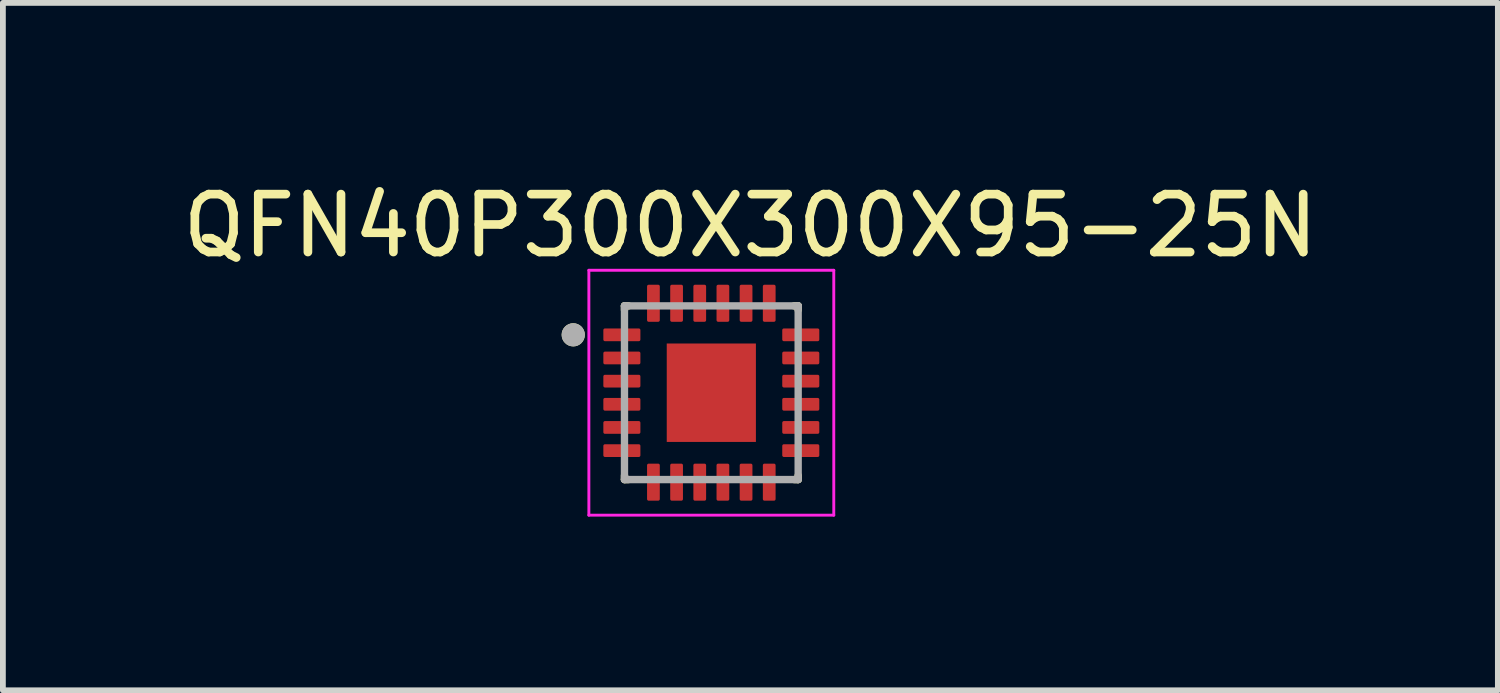
<source format=kicad_pcb>
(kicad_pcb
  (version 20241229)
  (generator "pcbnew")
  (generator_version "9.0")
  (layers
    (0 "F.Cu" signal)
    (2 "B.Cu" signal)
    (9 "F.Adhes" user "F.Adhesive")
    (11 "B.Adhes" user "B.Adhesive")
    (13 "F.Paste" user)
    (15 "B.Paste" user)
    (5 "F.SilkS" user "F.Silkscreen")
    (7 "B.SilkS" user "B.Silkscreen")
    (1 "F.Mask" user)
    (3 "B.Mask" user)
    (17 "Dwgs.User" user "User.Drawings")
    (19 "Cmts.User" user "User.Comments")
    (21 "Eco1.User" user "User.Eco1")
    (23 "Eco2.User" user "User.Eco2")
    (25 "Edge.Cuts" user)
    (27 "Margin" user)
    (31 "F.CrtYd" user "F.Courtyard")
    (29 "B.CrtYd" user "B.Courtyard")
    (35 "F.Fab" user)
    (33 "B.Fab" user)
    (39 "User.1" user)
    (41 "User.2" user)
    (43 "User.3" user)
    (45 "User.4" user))
  (footprint "QFN40P300X300X95-25N"
    (layer "F.Cu")
    (at 9.236 3.733)
    (property "Reference" "QFN40P300X300X95-25N" (at 0.675 -2.885 0) (layer "F.SilkS") (effects (font (size 1 1) (thickness 0.15))))
    (attr smd)
    (fp_line (start -1.5 -1.5) (end -1.5 -1.43) (stroke (width 0.127) (type solid)) (layer "F.SilkS"))
    (fp_line (start -1.5 -1.5) (end -1.43 -1.5) (stroke (width 0.127) (type solid)) (layer "F.SilkS"))
    (fp_line (start -1.5 1.5) (end -1.5 1.43) (stroke (width 0.127) (type solid)) (layer "F.SilkS"))
    (fp_line (start -1.5 1.5) (end -1.43 1.5) (stroke (width 0.127) (type solid)) (layer "F.SilkS"))
    (fp_line (start 1.5 -1.5) (end 1.43 -1.5) (stroke (width 0.127) (type solid)) (layer "F.SilkS"))
    (fp_line (start 1.5 -1.5) (end 1.5 -1.43) (stroke (width 0.127) (type solid)) (layer "F.SilkS"))
    (fp_line (start 1.5 1.5) (end 1.43 1.5) (stroke (width 0.127) (type solid)) (layer "F.SilkS"))
    (fp_line (start 1.5 1.5) (end 1.5 1.43) (stroke (width 0.127) (type solid)) (layer "F.SilkS"))
    (fp_circle (center -2.385 -1) (end -2.285 -1) (stroke (width 0.2) (type solid)) (fill no) (layer "F.SilkS"))
    (fp_poly (pts (xy -0.485 -0.54) (xy 0.485 -0.54) (xy 0.485 0.54) (xy -0.485 0.54)) (stroke (width 0.01) (type solid)) (fill yes) (layer "F.Paste"))
    (fp_line (start -2.115 -2.115) (end 2.115 -2.115) (stroke (width 0.05) (type solid)) (layer "F.CrtYd"))
    (fp_line (start -2.115 2.115) (end -2.115 -2.115) (stroke (width 0.05) (type solid)) (layer "F.CrtYd"))
    (fp_line (start -2.115 2.115) (end 2.115 2.115) (stroke (width 0.05) (type solid)) (layer "F.CrtYd"))
    (fp_line (start 2.115 2.115) (end 2.115 -2.115) (stroke (width 0.05) (type solid)) (layer "F.CrtYd"))
    (fp_line (start -1.5 1.5) (end -1.5 -1.5) (stroke (width 0.127) (type solid)) (layer "F.Fab"))
    (fp_line (start 1.5 -1.5) (end -1.5 -1.5) (stroke (width 0.127) (type solid)) (layer "F.Fab"))
    (fp_line (start 1.5 1.5) (end -1.5 1.5) (stroke (width 0.127) (type solid)) (layer "F.Fab"))
    (fp_line (start 1.5 1.5) (end 1.5 -1.5) (stroke (width 0.127) (type solid)) (layer "F.Fab"))
    (fp_circle (center -2.385 -1) (end -2.285 -1) (stroke (width 0.2) (type solid)) (fill no) (layer "F.Fab"))
    (pad "1" smd roundrect (at -1.545 -1) (size 0.64 0.22) (layers "F.Cu" "F.Mask" "F.Paste") (roundrect_rratio 0.125))
    (pad "2" smd roundrect (at -1.545 -0.6) (size 0.64 0.22) (layers "F.Cu" "F.Mask" "F.Paste") (roundrect_rratio 0.125))
    (pad "3" smd roundrect (at -1.545 -0.2) (size 0.64 0.22) (layers "F.Cu" "F.Mask" "F.Paste") (roundrect_rratio 0.125))
    (pad "4" smd roundrect (at -1.545 0.2) (size 0.64 0.22) (layers "F.Cu" "F.Mask" "F.Paste") (roundrect_rratio 0.125))
    (pad "5" smd roundrect (at -1.545 0.6) (size 0.64 0.22) (layers "F.Cu" "F.Mask" "F.Paste") (roundrect_rratio 0.125))
    (pad "6" smd roundrect (at -1.545 1) (size 0.64 0.22) (layers "F.Cu" "F.Mask" "F.Paste") (roundrect_rratio 0.125))
    (pad "7" smd roundrect (at -1 1.545) (size 0.22 0.64) (layers "F.Cu" "F.Mask" "F.Paste") (roundrect_rratio 0.125))
    (pad "8" smd roundrect (at -0.6 1.545) (size 0.22 0.64) (layers "F.Cu" "F.Mask" "F.Paste") (roundrect_rratio 0.125))
    (pad "9" smd roundrect (at -0.2 1.545) (size 0.22 0.64) (layers "F.Cu" "F.Mask" "F.Paste") (roundrect_rratio 0.125))
    (pad "10" smd roundrect (at 0.2 1.545) (size 0.22 0.64) (layers "F.Cu" "F.Mask" "F.Paste") (roundrect_rratio 0.125))
    (pad "11" smd roundrect (at 0.6 1.545) (size 0.22 0.64) (layers "F.Cu" "F.Mask" "F.Paste") (roundrect_rratio 0.125))
    (pad "12" smd roundrect (at 1 1.545) (size 0.22 0.64) (layers "F.Cu" "F.Mask" "F.Paste") (roundrect_rratio 0.125))
    (pad "13" smd roundrect (at 1.545 1) (size 0.64 0.22) (layers "F.Cu" "F.Mask" "F.Paste") (roundrect_rratio 0.125))
    (pad "14" smd roundrect (at 1.545 0.6) (size 0.64 0.22) (layers "F.Cu" "F.Mask" "F.Paste") (roundrect_rratio 0.125))
    (pad "15" smd roundrect (at 1.545 0.2) (size 0.64 0.22) (layers "F.Cu" "F.Mask" "F.Paste") (roundrect_rratio 0.125))
    (pad "16" smd roundrect (at 1.545 -0.2) (size 0.64 0.22) (layers "F.Cu" "F.Mask" "F.Paste") (roundrect_rratio 0.125))
    (pad "17" smd roundrect (at 1.545 -0.6) (size 0.64 0.22) (layers "F.Cu" "F.Mask" "F.Paste") (roundrect_rratio 0.125))
    (pad "18" smd roundrect (at 1.545 -1) (size 0.64 0.22) (layers "F.Cu" "F.Mask" "F.Paste") (roundrect_rratio 0.125))
    (pad "19" smd roundrect (at 1 -1.545) (size 0.22 0.64) (layers "F.Cu" "F.Mask" "F.Paste") (roundrect_rratio 0.125))
    (pad "20" smd roundrect (at 0.6 -1.545) (size 0.22 0.64) (layers "F.Cu" "F.Mask" "F.Paste") (roundrect_rratio 0.125))
    (pad "21" smd roundrect (at 0.2 -1.545) (size 0.22 0.64) (layers "F.Cu" "F.Mask" "F.Paste") (roundrect_rratio 0.125))
    (pad "22" smd roundrect (at -0.2 -1.545) (size 0.22 0.64) (layers "F.Cu" "F.Mask" "F.Paste") (roundrect_rratio 0.125))
    (pad "23" smd roundrect (at -0.6 -1.545) (size 0.22 0.64) (layers "F.Cu" "F.Mask" "F.Paste") (roundrect_rratio 0.125))
    (pad "24" smd roundrect (at -1 -1.545) (size 0.22 0.64) (layers "F.Cu" "F.Mask" "F.Paste") (roundrect_rratio 0.125))
    (pad "25" smd rect (at 0 0) (size 1.54 1.7) (layers "F.Cu" "F.Mask")))
  (gr_rect
    (start -3 -3)
    (end 22.821 8.873)
    (stroke (width 0.1) (type default))
    (fill no)
    (layer "Edge.Cuts")))
</source>
